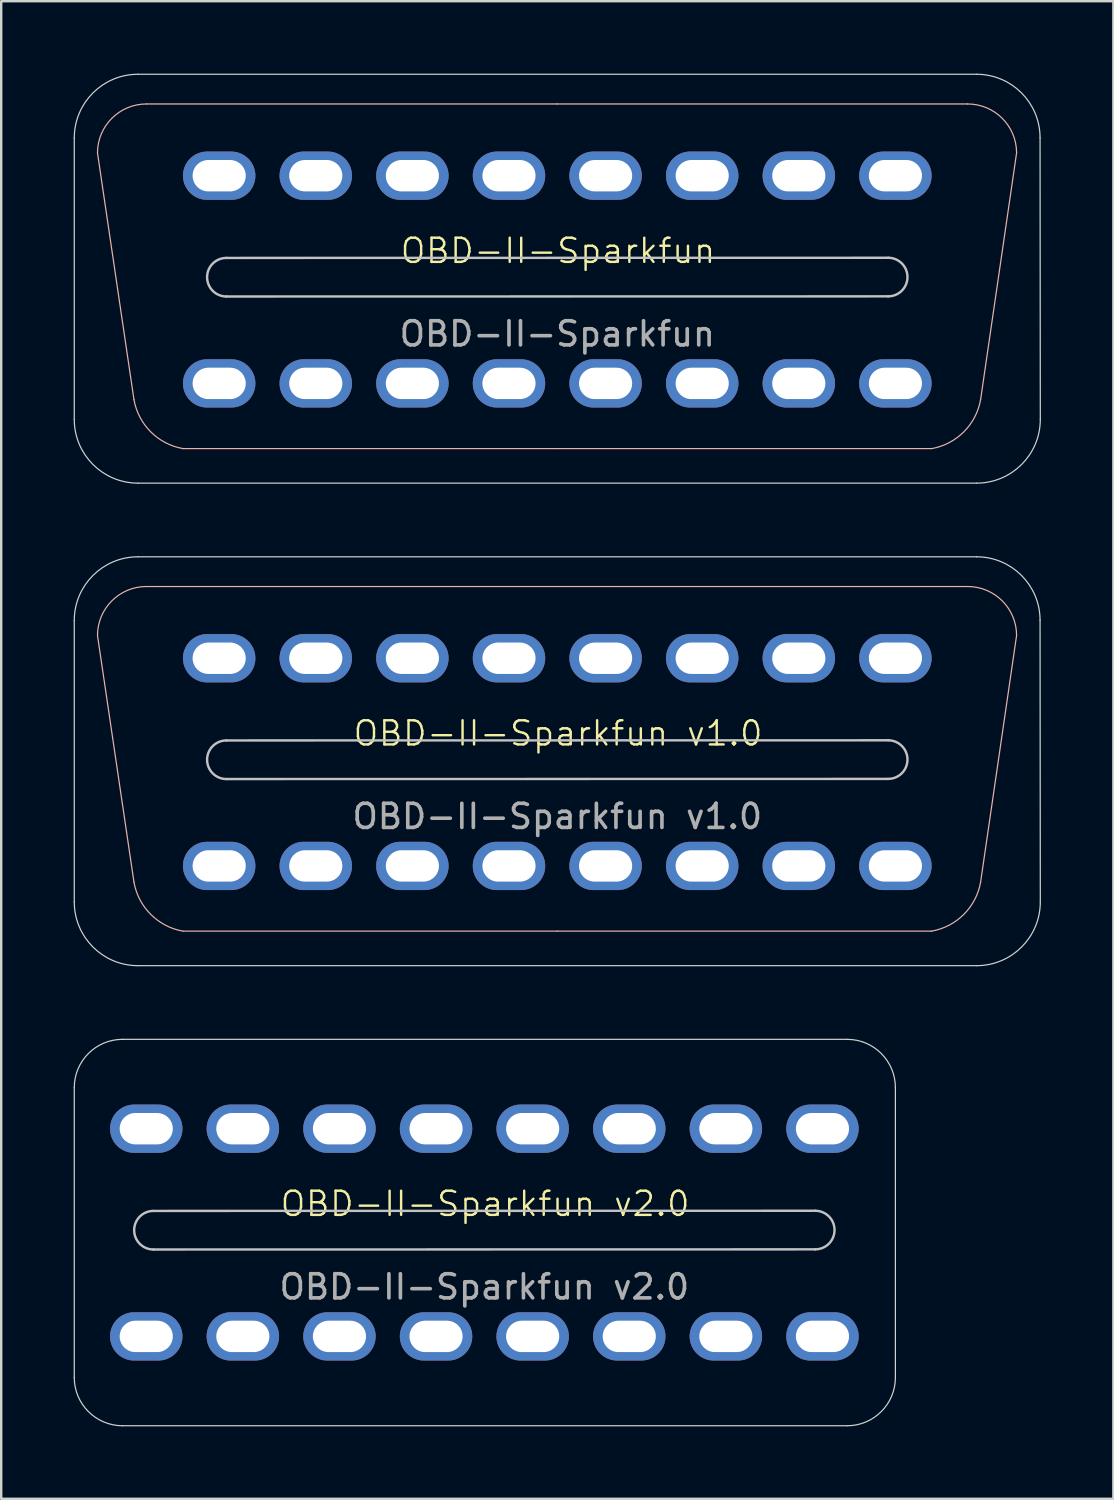
<source format=kicad_pcb>
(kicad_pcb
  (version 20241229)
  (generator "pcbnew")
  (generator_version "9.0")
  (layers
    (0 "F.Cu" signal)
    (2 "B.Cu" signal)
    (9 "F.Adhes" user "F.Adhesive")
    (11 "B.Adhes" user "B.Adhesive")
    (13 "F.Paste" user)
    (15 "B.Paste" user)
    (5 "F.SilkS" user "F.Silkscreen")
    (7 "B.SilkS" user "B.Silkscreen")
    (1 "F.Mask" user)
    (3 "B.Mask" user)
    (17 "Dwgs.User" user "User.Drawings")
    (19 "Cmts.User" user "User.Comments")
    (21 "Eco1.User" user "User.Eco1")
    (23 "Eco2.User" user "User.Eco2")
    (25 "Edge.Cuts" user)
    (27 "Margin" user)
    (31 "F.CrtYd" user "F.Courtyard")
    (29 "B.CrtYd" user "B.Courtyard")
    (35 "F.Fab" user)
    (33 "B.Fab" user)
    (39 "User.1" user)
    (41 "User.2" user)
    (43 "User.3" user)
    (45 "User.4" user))
  (footprint "OBD-II-Sparkfun v2.0"
    (layer "F.Cu")
    (at 17.005 47.735)
    (property "Reference" "OBD-II-Sparkfun v2.0" (at 0.03 -0.94 0) (unlocked yes) (layer "F.SilkS") (effects (font (size 1 1) (thickness 0.1))))
    (attr through_hole)
    (fp_line (start -13.695 -0.646) (end 13.706 -0.652) (stroke (width 0.1) (type default)) (layer "Dwgs.User"))
    (fp_line (start 13.695 0.946) (end -13.706 0.952) (stroke (width 0.1) (type default)) (layer "Dwgs.User"))
    (fp_arc (start -13.705953 0.952154) (mid -14.5 0.147844) (end -13.695496 -0.646008) (stroke (width 0.1) (type default)) (layer "Dwgs.User"))
    (fp_arc (start 13.705953 -0.652155) (mid 14.500004 0.152155) (end 13.695496 0.946007) (stroke (width 0.1) (type default)) (layer "Dwgs.User"))
    (fp_line (start -16.98 6.25) (end -16.98 -5.75) (stroke (width 0.05) (type default)) (layer "Edge.Cuts"))
    (fp_line (start 15.02 -7.75) (end -14.98 -7.75) (stroke (width 0.05) (type default)) (layer "Edge.Cuts"))
    (fp_line (start 15.02 8.25) (end -14.98 8.25) (stroke (width 0.05) (type default)) (layer "Edge.Cuts"))
    (fp_line (start 17.02 -5.75) (end 17.02 6.25) (stroke (width 0.05) (type default)) (layer "Edge.Cuts"))
    (fp_arc (start -16.98 -5.75) (mid -16.394214 -7.164214) (end -14.98 -7.75) (stroke (width 0.05) (type default)) (layer "Edge.Cuts"))
    (fp_arc (start -14.98 8.25) (mid -16.394214 7.664214) (end -16.98 6.25) (stroke (width 0.05) (type default)) (layer "Edge.Cuts"))
    (fp_arc (start 15.02 -7.75) (mid 16.434214 -7.164214) (end 17.02 -5.75) (stroke (width 0.05) (type default)) (layer "Edge.Cuts"))
    (fp_arc (start 17.02 6.25) (mid 16.434214 7.664214) (end 15.02 8.25) (stroke (width 0.05) (type default)) (layer "Edge.Cuts"))
    (fp_text user "${REFERENCE}" (at 0 2.5 0) (unlocked yes) (layer "F.Fab") (effects (font (size 1 1) (thickness 0.15))))
    (pad "1" thru_hole oval (at -14 -4.05) (size 3 2) (drill oval 2.2 1.3) (layers "*.Cu" "*.Mask"))
    (pad "2" thru_hole oval (at -10 -4.05) (size 3 2) (drill oval 2.2 1.3) (layers "*.Cu" "*.Mask"))
    (pad "3" thru_hole oval (at -6 -4.05) (size 3 2) (drill oval 2.2 1.3) (layers "*.Cu" "*.Mask"))
    (pad "4" thru_hole oval (at -2 -4.05) (size 3 2) (drill oval 2.2 1.3) (layers "*.Cu" "*.Mask"))
    (pad "5" thru_hole oval (at 2 -4.05) (size 3 2) (drill oval 2.2 1.3) (layers "*.Cu" "*.Mask"))
    (pad "6" thru_hole oval (at 6 -4.05) (size 3 2) (drill oval 2.2 1.3) (layers "*.Cu" "*.Mask"))
    (pad "7" thru_hole oval (at 10 -4.05) (size 3 2) (drill oval 2.2 1.3) (layers "*.Cu" "*.Mask"))
    (pad "8" thru_hole oval (at 14 -4.05) (size 3 2) (drill oval 2.2 1.3) (layers "*.Cu" "*.Mask"))
    (pad "9" thru_hole oval (at -14 4.55) (size 3 2) (drill oval 2.2 1.3) (layers "*.Cu" "*.Mask"))
    (pad "10" thru_hole oval (at -10 4.55) (size 3 2) (drill oval 2.2 1.3) (layers "*.Cu" "*.Mask"))
    (pad "11" thru_hole oval (at -6 4.55) (size 3 2) (drill oval 2.2 1.3) (layers "*.Cu" "*.Mask"))
    (pad "12" thru_hole oval (at -2 4.55) (size 3 2) (drill oval 2.2 1.3) (layers "*.Cu" "*.Mask"))
    (pad "13" thru_hole oval (at 2 4.55) (size 3 2) (drill oval 2.2 1.3) (layers "*.Cu" "*.Mask"))
    (pad "14" thru_hole oval (at 6 4.55) (size 3 2) (drill oval 2.2 1.3) (layers "*.Cu" "*.Mask"))
    (pad "15" thru_hole oval (at 10 4.55) (size 3 2) (drill oval 2.2 1.3) (layers "*.Cu" "*.Mask"))
    (pad "16" thru_hole oval (at 14 4.55) (size 3 2) (drill oval 2.2 1.3) (layers "*.Cu" "*.Mask")))
  (footprint "OBD-II-Sparkfun"
    (layer "F.Cu")
    (at 20.025 8.275)
    (property "Reference" "OBD-II-Sparkfun" (at 0.03 -0.94 0) (unlocked yes) (layer "F.SilkS") (effects (font (size 1 1) (thickness 0.1))))
    (attr through_hole)
    (fp_line (start -17.528 5.222) (end -19.038 -4.992) (stroke (width 0.05) (type default)) (layer "B.SilkS"))
    (fp_line (start -17.01 -7.02) (end -0.01 -7.02) (stroke (width 0.05) (type default)) (layer "B.SilkS"))
    (fp_line (start -15.5 7.25) (end 0 7.25) (stroke (width 0.05) (type default)) (layer "B.SilkS"))
    (fp_line (start -0.01 -7.02) (end 16.99 -7.02) (stroke (width 0.05) (type default)) (layer "B.SilkS"))
    (fp_line (start 0 7.25) (end 15.5 7.25) (stroke (width 0.05) (type default)) (layer "B.SilkS"))
    (fp_line (start 17.528 5.222) (end 19.018 -4.992) (stroke (width 0.05) (type default)) (layer "B.SilkS"))
    (fp_arc (start -19.038061 -4.991939) (mid -18.444056 -6.425995) (end -17.01 -7.02) (stroke (width 0.05) (type default)) (layer "B.SilkS"))
    (fp_arc (start -15.5 7.25) (mid -16.833753 6.555692) (end -17.528061 5.221939) (stroke (width 0.05) (type default)) (layer "B.SilkS"))
    (fp_arc (start 16.99 -7.02) (mid 18.424055 -6.425994) (end 19.018061 -4.991939) (stroke (width 0.05) (type default)) (layer "B.SilkS"))
    (fp_arc (start 17.528061 5.221939) (mid 16.833753 6.555692) (end 15.5 7.25) (stroke (width 0.05) (type default)) (layer "B.SilkS"))
    (fp_line (start -13.695 -0.646) (end 13.706 -0.652) (stroke (width 0.1) (type default)) (layer "Dwgs.User"))
    (fp_line (start 13.695 0.946) (end -13.706 0.952) (stroke (width 0.1) (type default)) (layer "Dwgs.User"))
    (fp_arc (start -13.705953 0.952154) (mid -14.5 0.147844) (end -13.695496 -0.646008) (stroke (width 0.1) (type default)) (layer "Dwgs.User"))
    (fp_arc (start 13.705953 -0.652155) (mid 14.500004 0.152155) (end 13.695496 0.946007) (stroke (width 0.1) (type default)) (layer "Dwgs.User"))
    (fp_line (start -20 -5.61) (end -20 6.04) (stroke (width 0.05) (type default)) (layer "Edge.Cuts"))
    (fp_line (start -17.36 -8.25) (end 17.36 -8.25) (stroke (width 0.05) (type default)) (layer "Edge.Cuts"))
    (fp_line (start 17.36 8.68) (end -17.36 8.68) (stroke (width 0.05) (type default)) (layer "Edge.Cuts"))
    (fp_line (start 19.99 -5.62) (end 20 6.04) (stroke (width 0.05) (type default)) (layer "Edge.Cuts"))
    (fp_arc (start -20 -5.61) (mid -19.226762 -7.476762) (end -17.36 -8.25) (stroke (width 0.05) (type default)) (layer "Edge.Cuts"))
    (fp_arc (start -17.36 8.68) (mid -19.226762 7.906762) (end -20 6.04) (stroke (width 0.05) (type default)) (layer "Edge.Cuts"))
    (fp_arc (start 17.36 -8.25) (mid 19.219691 -7.479691) (end 19.99 -5.62) (stroke (width 0.05) (type default)) (layer "Edge.Cuts"))
    (fp_arc (start 20 6.04) (mid 19.226762 7.906762) (end 17.36 8.68) (stroke (width 0.05) (type default)) (layer "Edge.Cuts"))
    (fp_text user "${REFERENCE}" (at 0 2.5 0) (unlocked yes) (layer "F.Fab") (effects (font (size 1 1) (thickness 0.15))))
    (pad "1" thru_hole oval (at -14 -4.05) (size 3 2) (drill oval 2.2 1.3) (layers "*.Cu" "*.Mask"))
    (pad "2" thru_hole oval (at -10 -4.05) (size 3 2) (drill oval 2.2 1.3) (layers "*.Cu" "*.Mask"))
    (pad "3" thru_hole oval (at -6 -4.05) (size 3 2) (drill oval 2.2 1.3) (layers "*.Cu" "*.Mask"))
    (pad "4" thru_hole oval (at -2 -4.05) (size 3 2) (drill oval 2.2 1.3) (layers "*.Cu" "*.Mask"))
    (pad "5" thru_hole oval (at 2 -4.05) (size 3 2) (drill oval 2.2 1.3) (layers "*.Cu" "*.Mask"))
    (pad "6" thru_hole oval (at 6 -4.05) (size 3 2) (drill oval 2.2 1.3) (layers "*.Cu" "*.Mask"))
    (pad "7" thru_hole oval (at 10 -4.05) (size 3 2) (drill oval 2.2 1.3) (layers "*.Cu" "*.Mask"))
    (pad "8" thru_hole oval (at 14 -4.05) (size 3 2) (drill oval 2.2 1.3) (layers "*.Cu" "*.Mask"))
    (pad "9" thru_hole oval (at -14 4.55) (size 3 2) (drill oval 2.2 1.3) (layers "*.Cu" "*.Mask"))
    (pad "10" thru_hole oval (at -10 4.55) (size 3 2) (drill oval 2.2 1.3) (layers "*.Cu" "*.Mask"))
    (pad "11" thru_hole oval (at -6 4.55) (size 3 2) (drill oval 2.2 1.3) (layers "*.Cu" "*.Mask"))
    (pad "12" thru_hole oval (at -2 4.55) (size 3 2) (drill oval 2.2 1.3) (layers "*.Cu" "*.Mask"))
    (pad "13" thru_hole oval (at 2 4.55) (size 3 2) (drill oval 2.2 1.3) (layers "*.Cu" "*.Mask"))
    (pad "14" thru_hole oval (at 6 4.55) (size 3 2) (drill oval 2.2 1.3) (layers "*.Cu" "*.Mask"))
    (pad "15" thru_hole oval (at 10 4.55) (size 3 2) (drill oval 2.2 1.3) (layers "*.Cu" "*.Mask"))
    (pad "16" thru_hole oval (at 14 4.55) (size 3 2) (drill oval 2.2 1.3) (layers "*.Cu" "*.Mask")))
  (footprint "OBD-II-Sparkfun v1.0"
    (layer "F.Cu")
    (at 20.025 28.255)
    (property "Reference" "OBD-II-Sparkfun v1.0" (at 0.03 -0.94 0) (unlocked yes) (layer "F.SilkS") (effects (font (size 1 1) (thickness 0.1))))
    (attr through_hole)
    (fp_line (start -17.528 5.222) (end -19.038 -4.992) (stroke (width 0.05) (type default)) (layer "B.SilkS"))
    (fp_line (start -17.01 -7.02) (end -0.01 -7.02) (stroke (width 0.05) (type default)) (layer "B.SilkS"))
    (fp_line (start -15.5 7.25) (end 0 7.25) (stroke (width 0.05) (type default)) (layer "B.SilkS"))
    (fp_line (start -0.01 -7.02) (end 16.99 -7.02) (stroke (width 0.05) (type default)) (layer "B.SilkS"))
    (fp_line (start 0 7.25) (end 15.5 7.25) (stroke (width 0.05) (type default)) (layer "B.SilkS"))
    (fp_line (start 17.528 5.222) (end 19.018 -4.992) (stroke (width 0.05) (type default)) (layer "B.SilkS"))
    (fp_arc (start -19.038061 -4.991939) (mid -18.444056 -6.425995) (end -17.01 -7.02) (stroke (width 0.05) (type default)) (layer "B.SilkS"))
    (fp_arc (start -15.5 7.25) (mid -16.833753 6.555692) (end -17.528061 5.221939) (stroke (width 0.05) (type default)) (layer "B.SilkS"))
    (fp_arc (start 16.99 -7.02) (mid 18.424055 -6.425994) (end 19.018061 -4.991939) (stroke (width 0.05) (type default)) (layer "B.SilkS"))
    (fp_arc (start 17.528061 5.221939) (mid 16.833753 6.555692) (end 15.5 7.25) (stroke (width 0.05) (type default)) (layer "B.SilkS"))
    (fp_line (start -13.695 -0.646) (end 13.706 -0.652) (stroke (width 0.1) (type default)) (layer "Dwgs.User"))
    (fp_line (start 13.695 0.946) (end -13.706 0.952) (stroke (width 0.1) (type default)) (layer "Dwgs.User"))
    (fp_arc (start -13.705953 0.952154) (mid -14.5 0.147844) (end -13.695496 -0.646008) (stroke (width 0.1) (type default)) (layer "Dwgs.User"))
    (fp_arc (start 13.705953 -0.652155) (mid 14.500004 0.152155) (end 13.695496 0.946007) (stroke (width 0.1) (type default)) (layer "Dwgs.User"))
    (fp_line (start -20 -5.61) (end -20 6.04) (stroke (width 0.05) (type default)) (layer "Edge.Cuts"))
    (fp_line (start -17.36 -8.25) (end 17.36 -8.25) (stroke (width 0.05) (type default)) (layer "Edge.Cuts"))
    (fp_line (start 17.36 8.68) (end -17.36 8.68) (stroke (width 0.05) (type default)) (layer "Edge.Cuts"))
    (fp_line (start 19.99 -5.62) (end 20 6.04) (stroke (width 0.05) (type default)) (layer "Edge.Cuts"))
    (fp_arc (start -20 -5.61) (mid -19.226762 -7.476762) (end -17.36 -8.25) (stroke (width 0.05) (type default)) (layer "Edge.Cuts"))
    (fp_arc (start -17.36 8.68) (mid -19.226762 7.906762) (end -20 6.04) (stroke (width 0.05) (type default)) (layer "Edge.Cuts"))
    (fp_arc (start 17.36 -8.25) (mid 19.219691 -7.479691) (end 19.99 -5.62) (stroke (width 0.05) (type default)) (layer "Edge.Cuts"))
    (fp_arc (start 20 6.04) (mid 19.226762 7.906762) (end 17.36 8.68) (stroke (width 0.05) (type default)) (layer "Edge.Cuts"))
    (fp_text user "${REFERENCE}" (at 0 2.5 0) (unlocked yes) (layer "F.Fab") (effects (font (size 1 1) (thickness 0.15))))
    (pad "1" thru_hole oval (at -14 -4.05) (size 3 2) (drill oval 2.2 1.3) (layers "*.Cu" "*.Mask"))
    (pad "2" thru_hole oval (at -10 -4.05) (size 3 2) (drill oval 2.2 1.3) (layers "*.Cu" "*.Mask"))
    (pad "3" thru_hole oval (at -6 -4.05) (size 3 2) (drill oval 2.2 1.3) (layers "*.Cu" "*.Mask"))
    (pad "4" thru_hole oval (at -2 -4.05) (size 3 2) (drill oval 2.2 1.3) (layers "*.Cu" "*.Mask"))
    (pad "5" thru_hole oval (at 2 -4.05) (size 3 2) (drill oval 2.2 1.3) (layers "*.Cu" "*.Mask"))
    (pad "6" thru_hole oval (at 6 -4.05) (size 3 2) (drill oval 2.2 1.3) (layers "*.Cu" "*.Mask"))
    (pad "7" thru_hole oval (at 10 -4.05) (size 3 2) (drill oval 2.2 1.3) (layers "*.Cu" "*.Mask"))
    (pad "8" thru_hole oval (at 14 -4.05) (size 3 2) (drill oval 2.2 1.3) (layers "*.Cu" "*.Mask"))
    (pad "9" thru_hole oval (at -14 4.55) (size 3 2) (drill oval 2.2 1.3) (layers "*.Cu" "*.Mask"))
    (pad "10" thru_hole oval (at -10 4.55) (size 3 2) (drill oval 2.2 1.3) (layers "*.Cu" "*.Mask"))
    (pad "11" thru_hole oval (at -6 4.55) (size 3 2) (drill oval 2.2 1.3) (layers "*.Cu" "*.Mask"))
    (pad "12" thru_hole oval (at -2 4.55) (size 3 2) (drill oval 2.2 1.3) (layers "*.Cu" "*.Mask"))
    (pad "13" thru_hole oval (at 2 4.55) (size 3 2) (drill oval 2.2 1.3) (layers "*.Cu" "*.Mask"))
    (pad "14" thru_hole oval (at 6 4.55) (size 3 2) (drill oval 2.2 1.3) (layers "*.Cu" "*.Mask"))
    (pad "15" thru_hole oval (at 10 4.55) (size 3 2) (drill oval 2.2 1.3) (layers "*.Cu" "*.Mask"))
    (pad "16" thru_hole oval (at 14 4.55) (size 3 2) (drill oval 2.2 1.3) (layers "*.Cu" "*.Mask")))
  (gr_rect
    (start -3 -3)
    (end 43.05 59.01)
    (stroke (width 0.1) (type default))
    (fill no)
    (layer "Edge.Cuts")))
</source>
